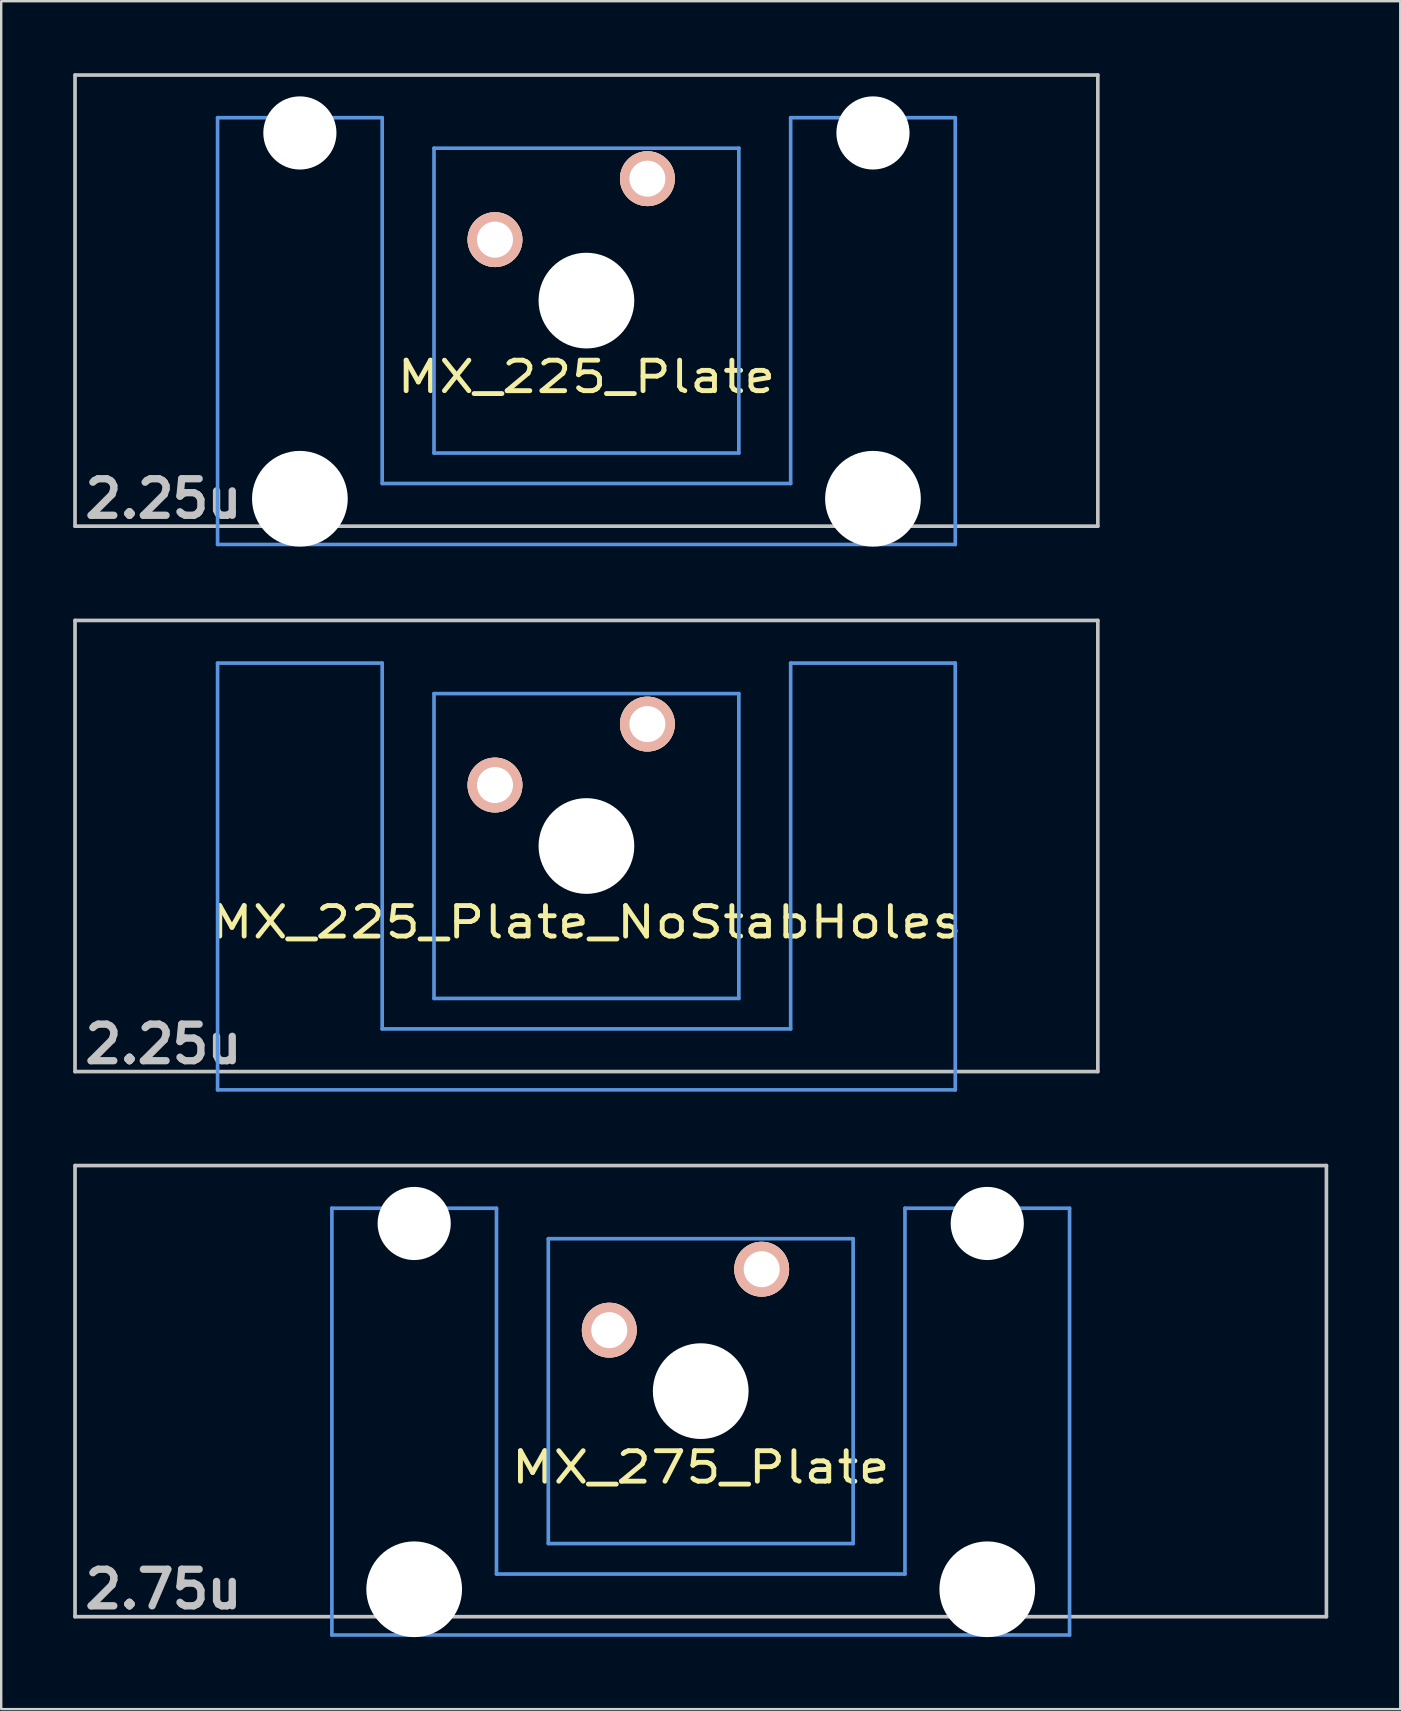
<source format=kicad_pcb>
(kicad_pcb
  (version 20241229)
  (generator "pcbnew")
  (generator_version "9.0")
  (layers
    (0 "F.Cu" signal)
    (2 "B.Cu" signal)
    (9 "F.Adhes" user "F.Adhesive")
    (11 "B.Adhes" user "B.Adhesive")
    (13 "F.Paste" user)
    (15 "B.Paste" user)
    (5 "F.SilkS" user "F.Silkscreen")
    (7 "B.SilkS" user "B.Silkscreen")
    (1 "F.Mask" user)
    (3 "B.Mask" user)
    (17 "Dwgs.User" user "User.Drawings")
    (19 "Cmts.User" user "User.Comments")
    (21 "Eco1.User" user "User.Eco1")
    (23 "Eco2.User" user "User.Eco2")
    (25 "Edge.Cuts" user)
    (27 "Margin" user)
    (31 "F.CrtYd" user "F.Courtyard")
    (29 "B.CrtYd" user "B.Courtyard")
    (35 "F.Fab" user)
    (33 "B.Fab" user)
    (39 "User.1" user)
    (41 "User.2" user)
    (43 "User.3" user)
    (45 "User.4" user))
  (footprint "MX_275_Plate"
    (layer "F.Cu")
    (at 26.144 54.908)
    (property "Reference" "MX_275_Plate" (at 0 3.175 0) (layer "F.SilkS") (effects (font (size 1.27 1.524) (thickness 0.203))))
    (attr through_hole)
    (fp_line (start -26.068 -9.398) (end 26.068 -9.398) (stroke (width 0.152) (type solid)) (layer "Dwgs.User"))
    (fp_line (start -26.068 9.398) (end -26.068 -9.398) (stroke (width 0.152) (type solid)) (layer "Dwgs.User"))
    (fp_line (start 26.068 -9.398) (end 26.068 9.398) (stroke (width 0.152) (type solid)) (layer "Dwgs.User"))
    (fp_line (start 26.068 9.398) (end -26.068 9.398) (stroke (width 0.152) (type solid)) (layer "Dwgs.User"))
    (fp_line (start -15.367 -7.62) (end -15.367 10.16) (stroke (width 0.152) (type solid)) (layer "Cmts.User"))
    (fp_line (start -15.367 10.16) (end 15.367 10.16) (stroke (width 0.152) (type solid)) (layer "Cmts.User"))
    (fp_line (start -8.509 -7.62) (end -15.367 -7.62) (stroke (width 0.152) (type solid)) (layer "Cmts.User"))
    (fp_line (start -8.509 7.62) (end -8.509 -7.62) (stroke (width 0.152) (type solid)) (layer "Cmts.User"))
    (fp_line (start -6.35 -6.35) (end 6.35 -6.35) (stroke (width 0.152) (type solid)) (layer "Cmts.User"))
    (fp_line (start -6.35 6.35) (end -6.35 -6.35) (stroke (width 0.152) (type solid)) (layer "Cmts.User"))
    (fp_line (start 6.35 -6.35) (end 6.35 6.35) (stroke (width 0.152) (type solid)) (layer "Cmts.User"))
    (fp_line (start 6.35 6.35) (end -6.35 6.35) (stroke (width 0.152) (type solid)) (layer "Cmts.User"))
    (fp_line (start 8.509 -7.62) (end 8.509 7.62) (stroke (width 0.152) (type solid)) (layer "Cmts.User"))
    (fp_line (start 8.509 7.62) (end -8.509 7.62) (stroke (width 0.152) (type solid)) (layer "Cmts.User"))
    (fp_line (start 15.367 -7.62) (end 8.509 -7.62) (stroke (width 0.152) (type solid)) (layer "Cmts.User"))
    (fp_line (start 15.367 10.16) (end 15.367 -7.62) (stroke (width 0.152) (type solid)) (layer "Cmts.User"))
    (fp_line (start -16.129 -2.286) (end -15.265 -2.286) (stroke (width 0.152) (type solid)) (layer "Eco2.User"))
    (fp_line (start -16.129 0.508) (end -16.129 -2.286) (stroke (width 0.152) (type solid)) (layer "Eco2.User"))
    (fp_line (start -15.265 -5.69) (end -8.611 -5.69) (stroke (width 0.152) (type solid)) (layer "Eco2.User"))
    (fp_line (start -15.265 -2.286) (end -15.265 -5.69) (stroke (width 0.152) (type solid)) (layer "Eco2.User"))
    (fp_line (start -15.265 0.508) (end -16.129 0.508) (stroke (width 0.152) (type solid)) (layer "Eco2.User"))
    (fp_line (start -15.265 6.604) (end -15.265 0.508) (stroke (width 0.152) (type solid)) (layer "Eco2.User"))
    (fp_line (start -14.224 6.604) (end -15.265 6.604) (stroke (width 0.152) (type solid)) (layer "Eco2.User"))
    (fp_line (start -14.224 7.772) (end -14.224 6.604) (stroke (width 0.152) (type solid)) (layer "Eco2.User"))
    (fp_line (start -9.652 6.604) (end -9.652 7.772) (stroke (width 0.152) (type solid)) (layer "Eco2.User"))
    (fp_line (start -9.652 7.772) (end -14.224 7.772) (stroke (width 0.152) (type solid)) (layer "Eco2.User"))
    (fp_line (start -8.611 -5.69) (end -8.611 -4.877) (stroke (width 0.152) (type solid)) (layer "Eco2.User"))
    (fp_line (start -8.611 -4.877) (end -6.985 -4.877) (stroke (width 0.152) (type solid)) (layer "Eco2.User"))
    (fp_line (start -8.611 5.817) (end -8.611 6.604) (stroke (width 0.152) (type solid)) (layer "Eco2.User"))
    (fp_line (start -8.611 6.604) (end -9.652 6.604) (stroke (width 0.152) (type solid)) (layer "Eco2.User"))
    (fp_line (start -6.985 -6.985) (end 6.985 -6.985) (stroke (width 0.152) (type solid)) (layer "Eco2.User"))
    (fp_line (start -6.985 -4.877) (end -6.985 -6.985) (stroke (width 0.152) (type solid)) (layer "Eco2.User"))
    (fp_line (start -6.985 5.817) (end -8.611 5.817) (stroke (width 0.152) (type solid)) (layer "Eco2.User"))
    (fp_line (start -6.985 6.985) (end -6.985 5.817) (stroke (width 0.152) (type solid)) (layer "Eco2.User"))
    (fp_line (start 6.985 -6.985) (end 6.985 -4.877) (stroke (width 0.152) (type solid)) (layer "Eco2.User"))
    (fp_line (start 6.985 -4.877) (end 8.611 -4.877) (stroke (width 0.152) (type solid)) (layer "Eco2.User"))
    (fp_line (start 6.985 5.817) (end 6.985 6.985) (stroke (width 0.152) (type solid)) (layer "Eco2.User"))
    (fp_line (start 6.985 6.985) (end -6.985 6.985) (stroke (width 0.152) (type solid)) (layer "Eco2.User"))
    (fp_line (start 8.611 -5.69) (end 15.265 -5.69) (stroke (width 0.152) (type solid)) (layer "Eco2.User"))
    (fp_line (start 8.611 -4.877) (end 8.611 -5.69) (stroke (width 0.152) (type solid)) (layer "Eco2.User"))
    (fp_line (start 8.611 5.817) (end 6.985 5.817) (stroke (width 0.152) (type solid)) (layer "Eco2.User"))
    (fp_line (start 8.611 6.604) (end 8.611 5.817) (stroke (width 0.152) (type solid)) (layer "Eco2.User"))
    (fp_line (start 9.652 6.604) (end 8.611 6.604) (stroke (width 0.152) (type solid)) (layer "Eco2.User"))
    (fp_line (start 9.652 7.772) (end 9.652 6.604) (stroke (width 0.152) (type solid)) (layer "Eco2.User"))
    (fp_line (start 14.224 6.604) (end 14.224 7.772) (stroke (width 0.152) (type solid)) (layer "Eco2.User"))
    (fp_line (start 14.224 7.772) (end 9.652 7.772) (stroke (width 0.152) (type solid)) (layer "Eco2.User"))
    (fp_line (start 15.265 -5.69) (end 15.265 -2.286) (stroke (width 0.152) (type solid)) (layer "Eco2.User"))
    (fp_line (start 15.265 -2.286) (end 16.129 -2.286) (stroke (width 0.152) (type solid)) (layer "Eco2.User"))
    (fp_line (start 15.265 0.508) (end 15.265 6.604) (stroke (width 0.152) (type solid)) (layer "Eco2.User"))
    (fp_line (start 15.265 6.604) (end 14.224 6.604) (stroke (width 0.152) (type solid)) (layer "Eco2.User"))
    (fp_line (start 16.129 -2.286) (end 16.129 0.508) (stroke (width 0.152) (type solid)) (layer "Eco2.User"))
    (fp_line (start 16.129 0.508) (end 15.265 0.508) (stroke (width 0.152) (type solid)) (layer "Eco2.User"))
    (fp_text user "2.75u" (at -22.385 8.255 0) (layer "Dwgs.User") (effects (font (size 1.524 1.524) (thickness 0.305))))
    (pad "" np_thru_hole circle (at -11.938 -6.985) (size 3.048 3.048) (drill 3.048) (layers "*.Cu"))
    (pad "" np_thru_hole circle (at -11.938 8.255) (size 3.988 3.988) (drill 3.988) (layers "*.Cu"))
    (pad "" np_thru_hole circle (at 0 0) (size 3.988 3.988) (drill 3.988) (layers "*.Cu"))
    (pad "" np_thru_hole circle (at 11.938 -6.985) (size 3.048 3.048) (drill 3.048) (layers "*.Cu"))
    (pad "" np_thru_hole circle (at 11.938 8.255) (size 3.988 3.988) (drill 3.988) (layers "*.Cu"))
    (pad "1" thru_hole circle (at 2.54 -5.08) (size 2.286 2.286) (drill 1.499) (layers "*.Cu" "*.SilkS" "*.Mask"))
    (pad "2" thru_hole circle (at -3.81 -2.54) (size 2.286 2.286) (drill 1.499) (layers "*.Cu" "*.SilkS" "*.Mask")))
  (footprint "MX_225_Plate"
    (layer "F.Cu")
    (at 21.382 9.474)
    (property "Reference" "MX_225_Plate" (at 0 3.175 0) (layer "F.SilkS") (effects (font (size 1.27 1.524) (thickness 0.203))))
    (attr through_hole)
    (fp_line (start -21.306 -9.398) (end 21.306 -9.398) (stroke (width 0.152) (type solid)) (layer "Dwgs.User"))
    (fp_line (start -21.306 9.398) (end -21.306 -9.398) (stroke (width 0.152) (type solid)) (layer "Dwgs.User"))
    (fp_line (start 21.306 -9.398) (end 21.306 9.398) (stroke (width 0.152) (type solid)) (layer "Dwgs.User"))
    (fp_line (start 21.306 9.398) (end -21.306 9.398) (stroke (width 0.152) (type solid)) (layer "Dwgs.User"))
    (fp_line (start -15.367 -7.62) (end -15.367 10.16) (stroke (width 0.152) (type solid)) (layer "Cmts.User"))
    (fp_line (start -15.367 10.16) (end 15.367 10.16) (stroke (width 0.152) (type solid)) (layer "Cmts.User"))
    (fp_line (start -8.509 -7.62) (end -15.367 -7.62) (stroke (width 0.152) (type solid)) (layer "Cmts.User"))
    (fp_line (start -8.509 7.62) (end -8.509 -7.62) (stroke (width 0.152) (type solid)) (layer "Cmts.User"))
    (fp_line (start -6.35 -6.35) (end 6.35 -6.35) (stroke (width 0.152) (type solid)) (layer "Cmts.User"))
    (fp_line (start -6.35 6.35) (end -6.35 -6.35) (stroke (width 0.152) (type solid)) (layer "Cmts.User"))
    (fp_line (start 6.35 -6.35) (end 6.35 6.35) (stroke (width 0.152) (type solid)) (layer "Cmts.User"))
    (fp_line (start 6.35 6.35) (end -6.35 6.35) (stroke (width 0.152) (type solid)) (layer "Cmts.User"))
    (fp_line (start 8.509 -7.62) (end 8.509 7.62) (stroke (width 0.152) (type solid)) (layer "Cmts.User"))
    (fp_line (start 8.509 7.62) (end -8.509 7.62) (stroke (width 0.152) (type solid)) (layer "Cmts.User"))
    (fp_line (start 15.367 -7.62) (end 8.509 -7.62) (stroke (width 0.152) (type solid)) (layer "Cmts.User"))
    (fp_line (start 15.367 10.16) (end 15.367 -7.62) (stroke (width 0.152) (type solid)) (layer "Cmts.User"))
    (fp_line (start -16.129 -2.286) (end -15.265 -2.286) (stroke (width 0.152) (type solid)) (layer "Eco2.User"))
    (fp_line (start -16.129 0.508) (end -16.129 -2.286) (stroke (width 0.152) (type solid)) (layer "Eco2.User"))
    (fp_line (start -15.265 -5.69) (end -8.611 -5.69) (stroke (width 0.152) (type solid)) (layer "Eco2.User"))
    (fp_line (start -15.265 -2.286) (end -15.265 -5.69) (stroke (width 0.152) (type solid)) (layer "Eco2.User"))
    (fp_line (start -15.265 0.508) (end -16.129 0.508) (stroke (width 0.152) (type solid)) (layer "Eco2.User"))
    (fp_line (start -15.265 6.604) (end -15.265 0.508) (stroke (width 0.152) (type solid)) (layer "Eco2.User"))
    (fp_line (start -14.224 6.604) (end -15.265 6.604) (stroke (width 0.152) (type solid)) (layer "Eco2.User"))
    (fp_line (start -14.224 7.772) (end -14.224 6.604) (stroke (width 0.152) (type solid)) (layer "Eco2.User"))
    (fp_line (start -9.652 6.604) (end -9.652 7.772) (stroke (width 0.152) (type solid)) (layer "Eco2.User"))
    (fp_line (start -9.652 7.772) (end -14.224 7.772) (stroke (width 0.152) (type solid)) (layer "Eco2.User"))
    (fp_line (start -8.611 -5.69) (end -8.611 -4.877) (stroke (width 0.152) (type solid)) (layer "Eco2.User"))
    (fp_line (start -8.611 -4.877) (end -6.985 -4.877) (stroke (width 0.152) (type solid)) (layer "Eco2.User"))
    (fp_line (start -8.611 5.817) (end -8.611 6.604) (stroke (width 0.152) (type solid)) (layer "Eco2.User"))
    (fp_line (start -8.611 6.604) (end -9.652 6.604) (stroke (width 0.152) (type solid)) (layer "Eco2.User"))
    (fp_line (start -6.985 -6.985) (end 6.985 -6.985) (stroke (width 0.152) (type solid)) (layer "Eco2.User"))
    (fp_line (start -6.985 -4.877) (end -6.985 -6.985) (stroke (width 0.152) (type solid)) (layer "Eco2.User"))
    (fp_line (start -6.985 5.817) (end -8.611 5.817) (stroke (width 0.152) (type solid)) (layer "Eco2.User"))
    (fp_line (start -6.985 6.985) (end -6.985 5.817) (stroke (width 0.152) (type solid)) (layer "Eco2.User"))
    (fp_line (start 6.985 -6.985) (end 6.985 -4.877) (stroke (width 0.152) (type solid)) (layer "Eco2.User"))
    (fp_line (start 6.985 -4.877) (end 8.611 -4.877) (stroke (width 0.152) (type solid)) (layer "Eco2.User"))
    (fp_line (start 6.985 5.817) (end 6.985 6.985) (stroke (width 0.152) (type solid)) (layer "Eco2.User"))
    (fp_line (start 6.985 6.985) (end -6.985 6.985) (stroke (width 0.152) (type solid)) (layer "Eco2.User"))
    (fp_line (start 8.611 -5.69) (end 15.265 -5.69) (stroke (width 0.152) (type solid)) (layer "Eco2.User"))
    (fp_line (start 8.611 -4.877) (end 8.611 -5.69) (stroke (width 0.152) (type solid)) (layer "Eco2.User"))
    (fp_line (start 8.611 5.817) (end 6.985 5.817) (stroke (width 0.152) (type solid)) (layer "Eco2.User"))
    (fp_line (start 8.611 6.604) (end 8.611 5.817) (stroke (width 0.152) (type solid)) (layer "Eco2.User"))
    (fp_line (start 9.652 6.604) (end 8.611 6.604) (stroke (width 0.152) (type solid)) (layer "Eco2.User"))
    (fp_line (start 9.652 7.772) (end 9.652 6.604) (stroke (width 0.152) (type solid)) (layer "Eco2.User"))
    (fp_line (start 14.224 6.604) (end 14.224 7.772) (stroke (width 0.152) (type solid)) (layer "Eco2.User"))
    (fp_line (start 14.224 7.772) (end 9.652 7.772) (stroke (width 0.152) (type solid)) (layer "Eco2.User"))
    (fp_line (start 15.265 -5.69) (end 15.265 -2.286) (stroke (width 0.152) (type solid)) (layer "Eco2.User"))
    (fp_line (start 15.265 -2.286) (end 16.129 -2.286) (stroke (width 0.152) (type solid)) (layer "Eco2.User"))
    (fp_line (start 15.265 0.508) (end 15.265 6.604) (stroke (width 0.152) (type solid)) (layer "Eco2.User"))
    (fp_line (start 15.265 6.604) (end 14.224 6.604) (stroke (width 0.152) (type solid)) (layer "Eco2.User"))
    (fp_line (start 16.129 -2.286) (end 16.129 0.508) (stroke (width 0.152) (type solid)) (layer "Eco2.User"))
    (fp_line (start 16.129 0.508) (end 15.265 0.508) (stroke (width 0.152) (type solid)) (layer "Eco2.User"))
    (fp_text user "2.25u" (at -17.623 8.255 0) (layer "Dwgs.User") (effects (font (size 1.524 1.524) (thickness 0.305))))
    (pad "" np_thru_hole circle (at -11.938 -6.985) (size 3.048 3.048) (drill 3.048) (layers "*.Cu"))
    (pad "" np_thru_hole circle (at -11.938 8.255) (size 3.988 3.988) (drill 3.988) (layers "*.Cu"))
    (pad "" np_thru_hole circle (at 0 0) (size 3.988 3.988) (drill 3.988) (layers "*.Cu"))
    (pad "" np_thru_hole circle (at 11.938 -6.985) (size 3.048 3.048) (drill 3.048) (layers "*.Cu"))
    (pad "" np_thru_hole circle (at 11.938 8.255) (size 3.988 3.988) (drill 3.988) (layers "*.Cu"))
    (pad "1" thru_hole circle (at 2.54 -5.08) (size 2.286 2.286) (drill 1.499) (layers "*.Cu" "*.SilkS" "*.Mask"))
    (pad "2" thru_hole circle (at -3.81 -2.54) (size 2.286 2.286) (drill 1.499) (layers "*.Cu" "*.SilkS" "*.Mask")))
  (footprint "MX_225_Plate_NoStabHoles"
    (layer "F.Cu")
    (at 21.382 32.197)
    (property "Reference" "MX_225_Plate_NoStabHoles" (at 0 3.175 0) (layer "F.SilkS") (effects (font (size 1.27 1.524) (thickness 0.203))))
    (attr through_hole)
    (fp_line (start -21.306 -9.398) (end 21.306 -9.398) (stroke (width 0.152) (type solid)) (layer "Dwgs.User"))
    (fp_line (start -21.306 9.398) (end -21.306 -9.398) (stroke (width 0.152) (type solid)) (layer "Dwgs.User"))
    (fp_line (start 21.306 -9.398) (end 21.306 9.398) (stroke (width 0.152) (type solid)) (layer "Dwgs.User"))
    (fp_line (start 21.306 9.398) (end -21.306 9.398) (stroke (width 0.152) (type solid)) (layer "Dwgs.User"))
    (fp_line (start -15.367 -7.62) (end -15.367 10.16) (stroke (width 0.152) (type solid)) (layer "Cmts.User"))
    (fp_line (start -15.367 10.16) (end 15.367 10.16) (stroke (width 0.152) (type solid)) (layer "Cmts.User"))
    (fp_line (start -8.509 -7.62) (end -15.367 -7.62) (stroke (width 0.152) (type solid)) (layer "Cmts.User"))
    (fp_line (start -8.509 7.62) (end -8.509 -7.62) (stroke (width 0.152) (type solid)) (layer "Cmts.User"))
    (fp_line (start -6.35 -6.35) (end 6.35 -6.35) (stroke (width 0.152) (type solid)) (layer "Cmts.User"))
    (fp_line (start -6.35 6.35) (end -6.35 -6.35) (stroke (width 0.152) (type solid)) (layer "Cmts.User"))
    (fp_line (start 6.35 -6.35) (end 6.35 6.35) (stroke (width 0.152) (type solid)) (layer "Cmts.User"))
    (fp_line (start 6.35 6.35) (end -6.35 6.35) (stroke (width 0.152) (type solid)) (layer "Cmts.User"))
    (fp_line (start 8.509 -7.62) (end 8.509 7.62) (stroke (width 0.152) (type solid)) (layer "Cmts.User"))
    (fp_line (start 8.509 7.62) (end -8.509 7.62) (stroke (width 0.152) (type solid)) (layer "Cmts.User"))
    (fp_line (start 15.367 -7.62) (end 8.509 -7.62) (stroke (width 0.152) (type solid)) (layer "Cmts.User"))
    (fp_line (start 15.367 10.16) (end 15.367 -7.62) (stroke (width 0.152) (type solid)) (layer "Cmts.User"))
    (fp_line (start -16.129 -2.286) (end -15.265 -2.286) (stroke (width 0.152) (type solid)) (layer "Eco2.User"))
    (fp_line (start -16.129 0.508) (end -16.129 -2.286) (stroke (width 0.152) (type solid)) (layer "Eco2.User"))
    (fp_line (start -15.265 -5.69) (end -8.611 -5.69) (stroke (width 0.152) (type solid)) (layer "Eco2.User"))
    (fp_line (start -15.265 -2.286) (end -15.265 -5.69) (stroke (width 0.152) (type solid)) (layer "Eco2.User"))
    (fp_line (start -15.265 0.508) (end -16.129 0.508) (stroke (width 0.152) (type solid)) (layer "Eco2.User"))
    (fp_line (start -15.265 6.604) (end -15.265 0.508) (stroke (width 0.152) (type solid)) (layer "Eco2.User"))
    (fp_line (start -14.224 6.604) (end -15.265 6.604) (stroke (width 0.152) (type solid)) (layer "Eco2.User"))
    (fp_line (start -14.224 7.772) (end -14.224 6.604) (stroke (width 0.152) (type solid)) (layer "Eco2.User"))
    (fp_line (start -9.652 6.604) (end -9.652 7.772) (stroke (width 0.152) (type solid)) (layer "Eco2.User"))
    (fp_line (start -9.652 7.772) (end -14.224 7.772) (stroke (width 0.152) (type solid)) (layer "Eco2.User"))
    (fp_line (start -8.611 -5.69) (end -8.611 -4.877) (stroke (width 0.152) (type solid)) (layer "Eco2.User"))
    (fp_line (start -8.611 -4.877) (end -6.985 -4.877) (stroke (width 0.152) (type solid)) (layer "Eco2.User"))
    (fp_line (start -8.611 5.817) (end -8.611 6.604) (stroke (width 0.152) (type solid)) (layer "Eco2.User"))
    (fp_line (start -8.611 6.604) (end -9.652 6.604) (stroke (width 0.152) (type solid)) (layer "Eco2.User"))
    (fp_line (start -6.985 -6.985) (end 6.985 -6.985) (stroke (width 0.152) (type solid)) (layer "Eco2.User"))
    (fp_line (start -6.985 -4.877) (end -6.985 -6.985) (stroke (width 0.152) (type solid)) (layer "Eco2.User"))
    (fp_line (start -6.985 5.817) (end -8.611 5.817) (stroke (width 0.152) (type solid)) (layer "Eco2.User"))
    (fp_line (start -6.985 6.985) (end -6.985 5.817) (stroke (width 0.152) (type solid)) (layer "Eco2.User"))
    (fp_line (start 6.985 -6.985) (end 6.985 -4.877) (stroke (width 0.152) (type solid)) (layer "Eco2.User"))
    (fp_line (start 6.985 -4.877) (end 8.611 -4.877) (stroke (width 0.152) (type solid)) (layer "Eco2.User"))
    (fp_line (start 6.985 5.817) (end 6.985 6.985) (stroke (width 0.152) (type solid)) (layer "Eco2.User"))
    (fp_line (start 6.985 6.985) (end -6.985 6.985) (stroke (width 0.152) (type solid)) (layer "Eco2.User"))
    (fp_line (start 8.611 -5.69) (end 15.265 -5.69) (stroke (width 0.152) (type solid)) (layer "Eco2.User"))
    (fp_line (start 8.611 -4.877) (end 8.611 -5.69) (stroke (width 0.152) (type solid)) (layer "Eco2.User"))
    (fp_line (start 8.611 5.817) (end 6.985 5.817) (stroke (width 0.152) (type solid)) (layer "Eco2.User"))
    (fp_line (start 8.611 6.604) (end 8.611 5.817) (stroke (width 0.152) (type solid)) (layer "Eco2.User"))
    (fp_line (start 9.652 6.604) (end 8.611 6.604) (stroke (width 0.152) (type solid)) (layer "Eco2.User"))
    (fp_line (start 9.652 7.772) (end 9.652 6.604) (stroke (width 0.152) (type solid)) (layer "Eco2.User"))
    (fp_line (start 14.224 6.604) (end 14.224 7.772) (stroke (width 0.152) (type solid)) (layer "Eco2.User"))
    (fp_line (start 14.224 7.772) (end 9.652 7.772) (stroke (width 0.152) (type solid)) (layer "Eco2.User"))
    (fp_line (start 15.265 -5.69) (end 15.265 -2.286) (stroke (width 0.152) (type solid)) (layer "Eco2.User"))
    (fp_line (start 15.265 -2.286) (end 16.129 -2.286) (stroke (width 0.152) (type solid)) (layer "Eco2.User"))
    (fp_line (start 15.265 0.508) (end 15.265 6.604) (stroke (width 0.152) (type solid)) (layer "Eco2.User"))
    (fp_line (start 15.265 6.604) (end 14.224 6.604) (stroke (width 0.152) (type solid)) (layer "Eco2.User"))
    (fp_line (start 16.129 -2.286) (end 16.129 0.508) (stroke (width 0.152) (type solid)) (layer "Eco2.User"))
    (fp_line (start 16.129 0.508) (end 15.265 0.508) (stroke (width 0.152) (type solid)) (layer "Eco2.User"))
    (fp_text user "2.25u" (at -17.623 8.255 0) (layer "Dwgs.User") (effects (font (size 1.524 1.524) (thickness 0.305))))
    (pad "" np_thru_hole circle (at 0 0) (size 3.988 3.988) (drill 3.988) (layers "*.Cu"))
    (pad "1" thru_hole circle (at 2.54 -5.08) (size 2.286 2.286) (drill 1.499) (layers "*.Cu" "*.SilkS" "*.Mask"))
    (pad "2" thru_hole circle (at -3.81 -2.54) (size 2.286 2.286) (drill 1.499) (layers "*.Cu" "*.SilkS" "*.Mask")))
  (gr_rect
    (start -3 -3)
    (end 55.288 68.157)
    (stroke (width 0.1) (type default))
    (fill no)
    (layer "Edge.Cuts")))
</source>
